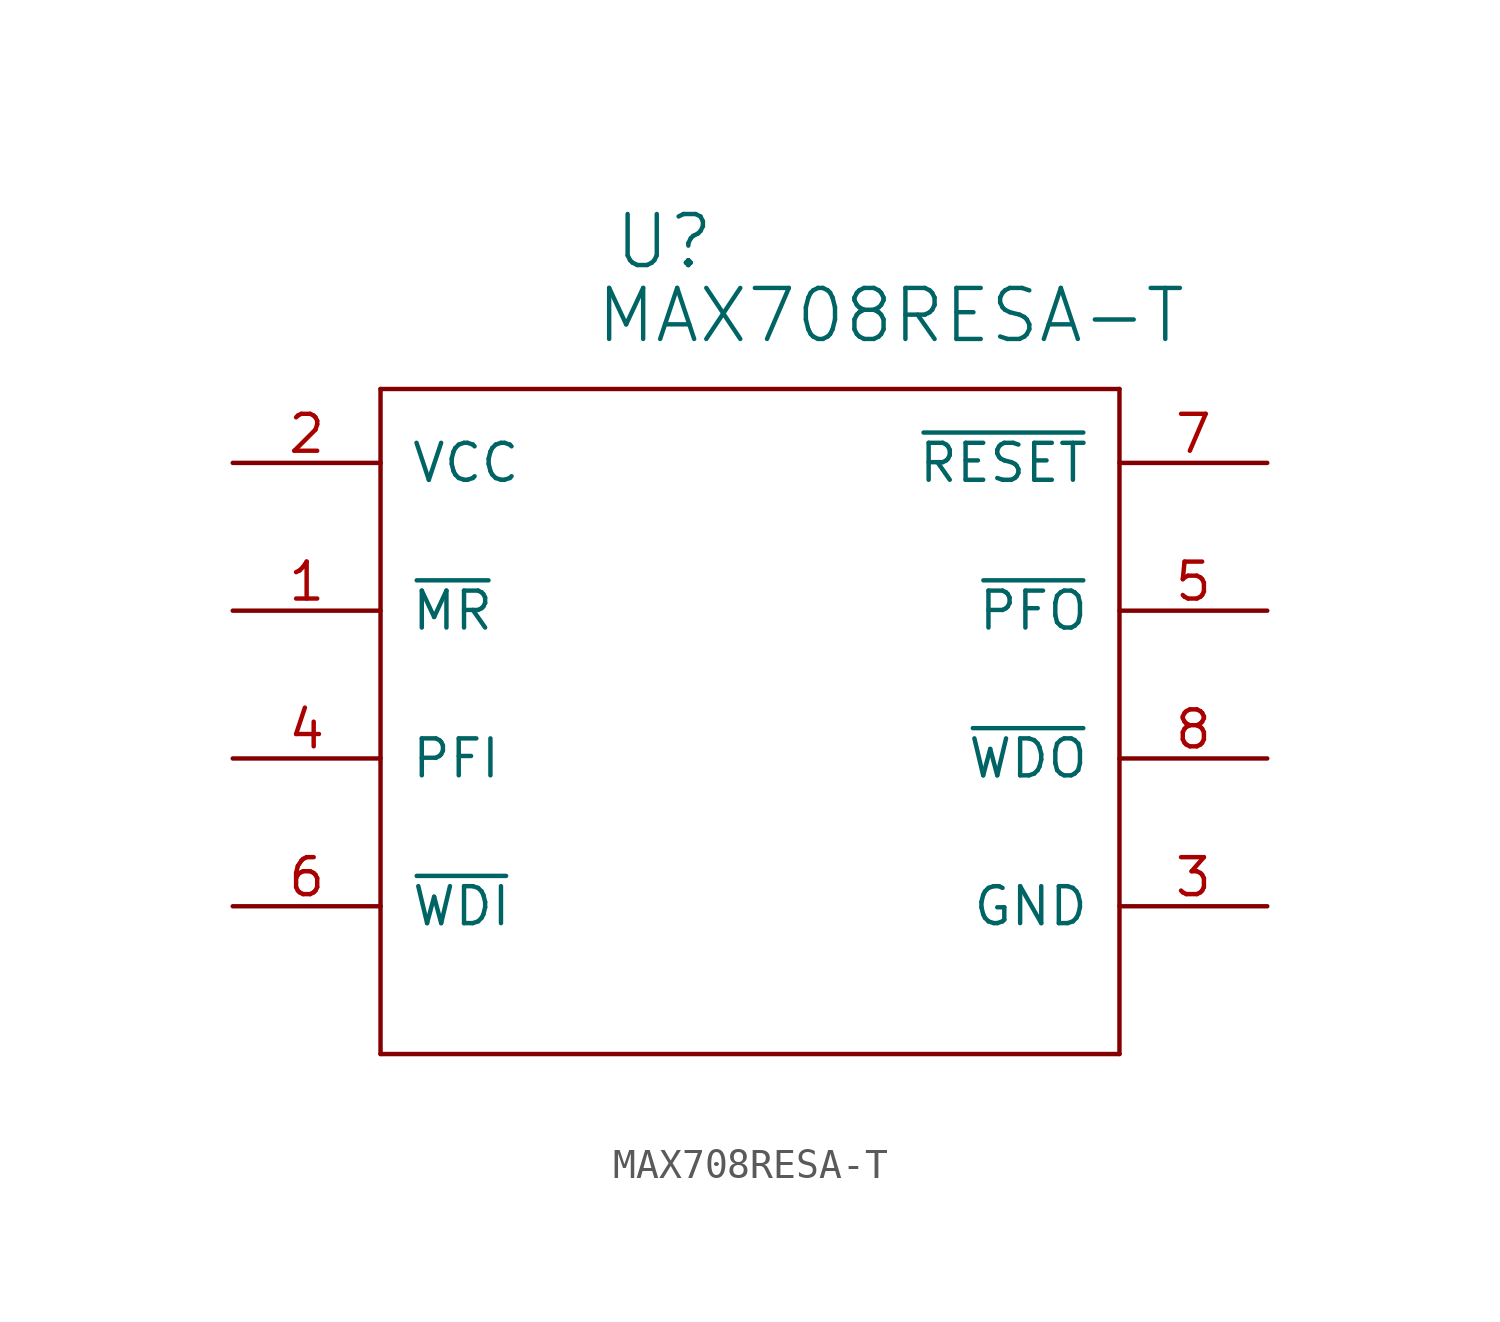
<source format=kicad_sym>
(kicad_symbol_lib
  (version 20220914)
  (generator kicad_symbol_editor)
  (symbol "MAX708RESA-T"
    (pin_names
      (offset 1.016))
    (property "Reference" "U"
      (at 15.596 9.119 0)
      (effects (font (size 1.753 1.753)) (justify left bottom)))
    (property "Value" "MAX708RESA-T"
      (at 14.961 6.579 0)
      (effects (font (size 1.753 1.753)) (justify left bottom)))
    (property "ki_locked" ""
      (at 0 0 0)
      (effects (font (size 1.27 1.27))))
    (symbol "MAX708RESA-T_1_0"
      (polyline (pts (xy 7.62 -17.78) (xy 33.02 -17.78)) (stroke (width 0) (type solid)) (fill (type none)))
      (polyline (pts (xy 7.62 5.08) (xy 7.62 -17.78)) (stroke (width 0) (type solid)) (fill (type none)))
      (polyline (pts (xy 33.02 -17.78) (xy 33.02 5.08)) (stroke (width 0) (type solid)) (fill (type none)))
      (polyline (pts (xy 33.02 5.08) (xy 7.62 5.08)) (stroke (width 0) (type solid)) (fill (type none)))
      (pin input line (at 2.54 -2.54 0) (length 5.08) (name "~{MR}" (effects (font (size 1.27 1.27)))) (number "1" (effects (font (size 1.27 1.27)))))
      (pin power_in line (at 2.54 2.54 0) (length 5.08) (name "VCC" (effects (font (size 1.27 1.27)))) (number "2" (effects (font (size 1.27 1.27)))))
      (pin power_in line (at 38.1 -12.7 180) (length 5.08) (name "GND" (effects (font (size 1.27 1.27)))) (number "3" (effects (font (size 1.27 1.27)))))
      (pin input line (at 2.54 -7.62 0) (length 5.08) (name "PFI" (effects (font (size 1.27 1.27)))) (number "4" (effects (font (size 1.27 1.27)))))
      (pin output line (at 38.1 -2.54 180) (length 5.08) (name "~{PFO}" (effects (font (size 1.27 1.27)))) (number "5" (effects (font (size 1.27 1.27)))))
      (pin input line (at 2.54 -12.7 0) (length 5.08) (name "~{WDI}" (effects (font (size 1.27 1.27)))) (number "6" (effects (font (size 1.27 1.27)))))
      (pin output line (at 38.1 2.54 180) (length 5.08) (name "~{RESET}" (effects (font (size 1.27 1.27)))) (number "7" (effects (font (size 1.27 1.27)))))
      (pin output line (at 38.1 -7.62 180) (length 5.08) (name "~{WDO}" (effects (font (size 1.27 1.27)))) (number "8" (effects (font (size 1.27 1.27))))))))
</source>
